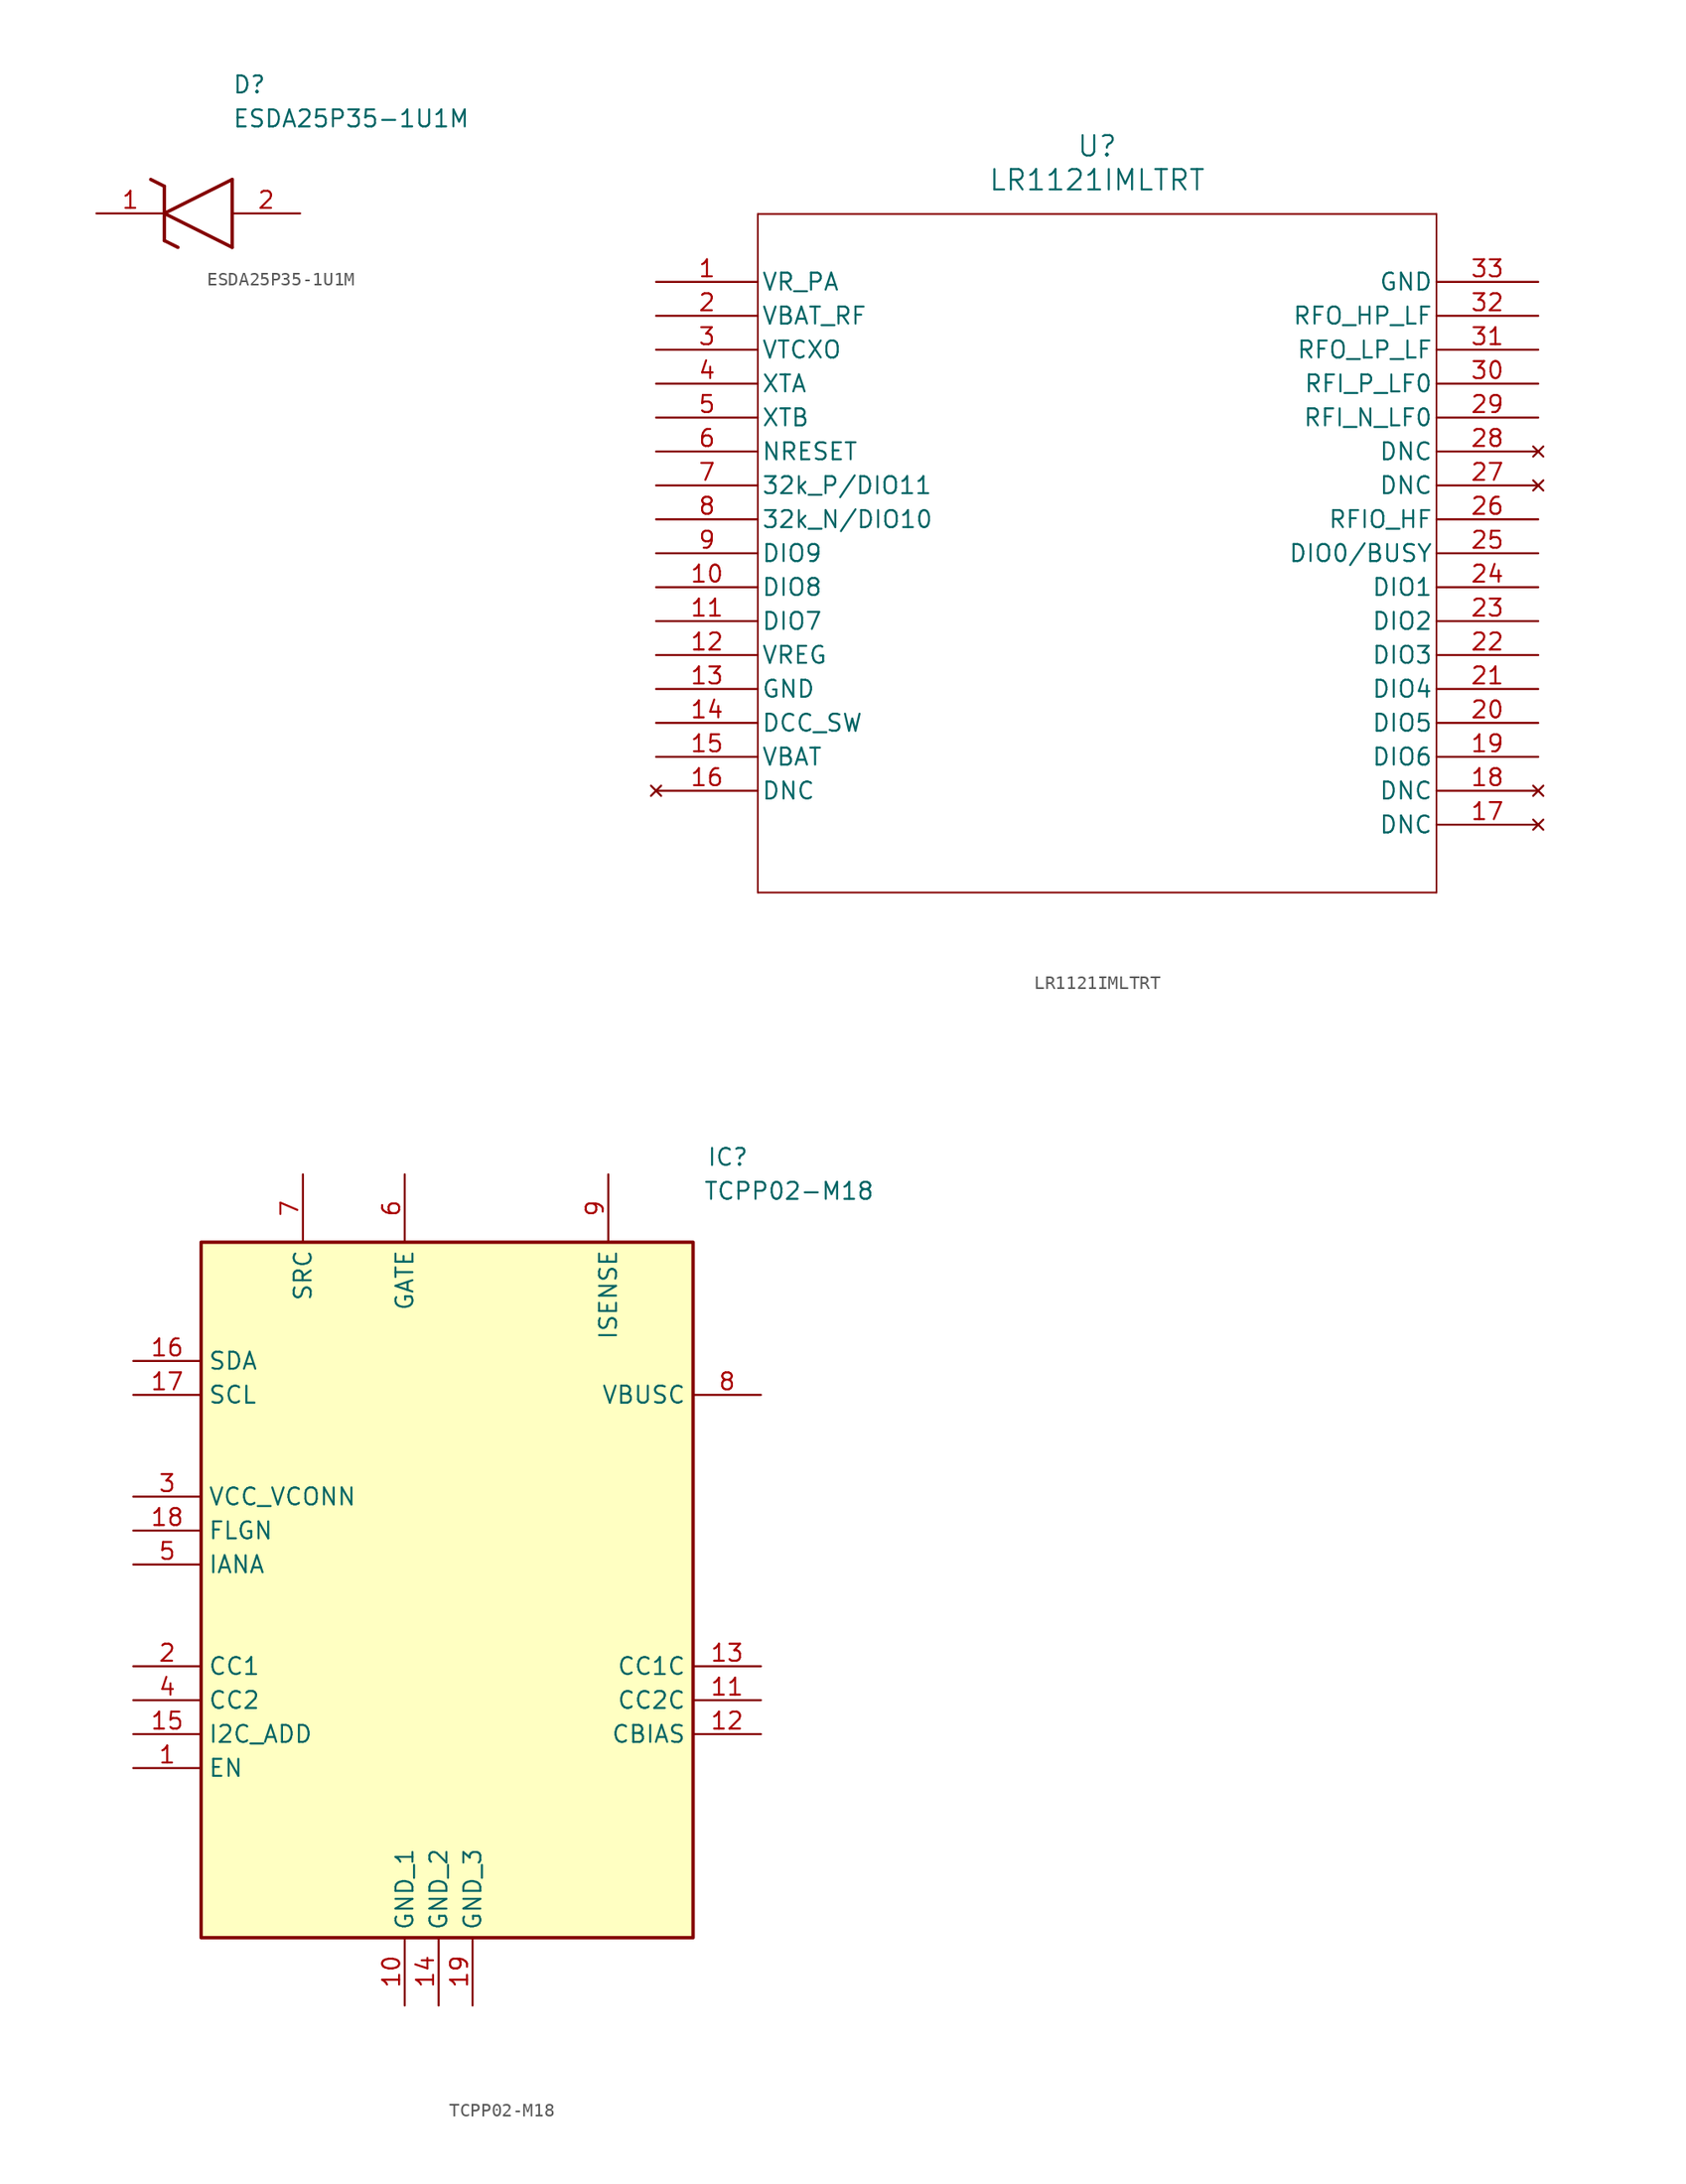
<source format=kicad_sym>
(kicad_symbol_lib
  (version 20241209)
  (generator "kicad_symbol_editor")
  (generator_version "9.0")
  (symbol "ESDA25P35-1U1M"
    (pin_names
      (hide yes))
    (property "Reference" "D"
      (at 10.16 8.89 0)
      (effects (font (size 1.27 1.27)) (justify left bottom)))
    (property "Value" "ESDA25P35-1U1M"
      (at 10.16 6.35 0)
      (effects (font (size 1.27 1.27)) (justify left bottom)))
    (symbol "ESDA25P35-1U1M_1_1"
      (polyline (pts (xy 4.064 2.54) (xy 5.08 2.032)) (stroke (width 0.254) (type default)) (fill (type none)))
      (polyline (pts (xy 5.08 0) (xy 10.16 2.54)) (stroke (width 0.254) (type default)) (fill (type none)))
      (polyline (pts (xy 5.08 -2.032) (xy 5.08 2.032)) (stroke (width 0.254) (type default)) (fill (type none)))
      (polyline (pts (xy 5.08 -2.032) (xy 6.096 -2.54)) (stroke (width 0.254) (type default)) (fill (type none)))
      (polyline (pts (xy 10.16 -2.54) (xy 5.08 0)) (stroke (width 0.254) (type default)) (fill (type none)))
      (polyline (pts (xy 10.16 -2.54) (xy 10.16 2.54)) (stroke (width 0.254) (type default)) (fill (type none)))
      (pin passive line (at 0 0 0) (length 5.08) (name "K" (effects (font (size 1.27 1.27)))) (number "1" (effects (font (size 1.27 1.27)))))
      (pin passive line (at 15.24 0 180) (length 5.08) (name "A" (effects (font (size 1.27 1.27)))) (number "2" (effects (font (size 1.27 1.27)))))))
  (symbol "LR1121IMLTRT"
    (pin_names
      (offset 0.254))
    (property "Reference" "U"
      (at 33.02 10.16 0)
      (effects (font (size 1.524 1.524))))
    (property "Value" "LR1121IMLTRT"
      (at 33.02 7.62 0)
      (effects (font (size 1.524 1.524))))
    (property "ki_locked" ""
      (at 0 0 0)
      (effects (font (size 1.27 1.27))))
    (symbol "LR1121IMLTRT_0_1"
      (polyline (pts (xy 7.62 5.08) (xy 7.62 -45.72)) (stroke (width 0.127) (type default)) (fill (type none)))
      (polyline (pts (xy 7.62 -45.72) (xy 58.42 -45.72)) (stroke (width 0.127) (type default)) (fill (type none)))
      (polyline (pts (xy 58.42 5.08) (xy 7.62 5.08)) (stroke (width 0.127) (type default)) (fill (type none)))
      (polyline (pts (xy 58.42 -45.72) (xy 58.42 5.08)) (stroke (width 0.127) (type default)) (fill (type none)))
      (pin power_in line (at 0 0 0) (length 7.62) (name "VR_PA" (effects (font (size 1.27 1.27)))) (number "1" (effects (font (size 1.27 1.27)))))
      (pin power_in line (at 0 -2.54 0) (length 7.62) (name "VBAT_RF" (effects (font (size 1.27 1.27)))) (number "2" (effects (font (size 1.27 1.27)))))
      (pin output line (at 0 -5.08 0) (length 7.62) (name "VTCXO" (effects (font (size 1.27 1.27)))) (number "3" (effects (font (size 1.27 1.27)))))
      (pin input line (at 0 -7.62 0) (length 7.62) (name "XTA" (effects (font (size 1.27 1.27)))) (number "4" (effects (font (size 1.27 1.27)))))
      (pin output line (at 0 -10.16 0) (length 7.62) (name "XTB" (effects (font (size 1.27 1.27)))) (number "5" (effects (font (size 1.27 1.27)))))
      (pin input line (at 0 -12.7 0) (length 7.62) (name "NRESET" (effects (font (size 1.27 1.27)))) (number "6" (effects (font (size 1.27 1.27)))))
      (pin bidirectional line (at 0 -15.24 0) (length 7.62) (name "32k_P/DIO11" (effects (font (size 1.27 1.27)))) (number "7" (effects (font (size 1.27 1.27)))))
      (pin bidirectional line (at 0 -17.78 0) (length 7.62) (name "32k_N/DIO10" (effects (font (size 1.27 1.27)))) (number "8" (effects (font (size 1.27 1.27)))))
      (pin bidirectional line (at 0 -20.32 0) (length 7.62) (name "DIO9" (effects (font (size 1.27 1.27)))) (number "9" (effects (font (size 1.27 1.27)))))
      (pin bidirectional line (at 0 -22.86 0) (length 7.62) (name "DIO8" (effects (font (size 1.27 1.27)))) (number "10" (effects (font (size 1.27 1.27)))))
      (pin bidirectional line (at 0 -25.4 0) (length 7.62) (name "DIO7" (effects (font (size 1.27 1.27)))) (number "11" (effects (font (size 1.27 1.27)))))
      (pin power_in line (at 0 -27.94 0) (length 7.62) (name "VREG" (effects (font (size 1.27 1.27)))) (number "12" (effects (font (size 1.27 1.27)))))
      (pin power_out line (at 0 -30.48 0) (length 7.62) (name "GND" (effects (font (size 1.27 1.27)))) (number "13" (effects (font (size 1.27 1.27)))))
      (pin power_in line (at 0 -33.02 0) (length 7.62) (name "DCC_SW" (effects (font (size 1.27 1.27)))) (number "14" (effects (font (size 1.27 1.27)))))
      (pin power_in line (at 0 -35.56 0) (length 7.62) (name "VBAT" (effects (font (size 1.27 1.27)))) (number "15" (effects (font (size 1.27 1.27)))))
      (pin no_connect line (at 0 -38.1 0) (length 7.62) (name "DNC" (effects (font (size 1.27 1.27)))) (number "16" (effects (font (size 1.27 1.27)))))
      (pin power_out line (at 66.04 0 180) (length 7.62) (name "GND" (effects (font (size 1.27 1.27)))) (number "33" (effects (font (size 1.27 1.27)))))
      (pin output line (at 66.04 -2.54 180) (length 7.62) (name "RFO_HP_LF" (effects (font (size 1.27 1.27)))) (number "32" (effects (font (size 1.27 1.27)))))
      (pin output line (at 66.04 -5.08 180) (length 7.62) (name "RFO_LP_LF" (effects (font (size 1.27 1.27)))) (number "31" (effects (font (size 1.27 1.27)))))
      (pin input line (at 66.04 -7.62 180) (length 7.62) (name "RFI_P_LF0" (effects (font (size 1.27 1.27)))) (number "30" (effects (font (size 1.27 1.27)))))
      (pin input line (at 66.04 -10.16 180) (length 7.62) (name "RFI_N_LF0" (effects (font (size 1.27 1.27)))) (number "29" (effects (font (size 1.27 1.27)))))
      (pin no_connect line (at 66.04 -12.7 180) (length 7.62) (name "DNC" (effects (font (size 1.27 1.27)))) (number "28" (effects (font (size 1.27 1.27)))))
      (pin no_connect line (at 66.04 -15.24 180) (length 7.62) (name "DNC" (effects (font (size 1.27 1.27)))) (number "27" (effects (font (size 1.27 1.27)))))
      (pin bidirectional line (at 66.04 -17.78 180) (length 7.62) (name "RFIO_HF" (effects (font (size 1.27 1.27)))) (number "26" (effects (font (size 1.27 1.27)))))
      (pin bidirectional line (at 66.04 -20.32 180) (length 7.62) (name "DIO0/BUSY" (effects (font (size 1.27 1.27)))) (number "25" (effects (font (size 1.27 1.27)))))
      (pin bidirectional line (at 66.04 -22.86 180) (length 7.62) (name "DIO1" (effects (font (size 1.27 1.27)))) (number "24" (effects (font (size 1.27 1.27)))))
      (pin bidirectional line (at 66.04 -25.4 180) (length 7.62) (name "DIO2" (effects (font (size 1.27 1.27)))) (number "23" (effects (font (size 1.27 1.27)))))
      (pin bidirectional line (at 66.04 -27.94 180) (length 7.62) (name "DIO3" (effects (font (size 1.27 1.27)))) (number "22" (effects (font (size 1.27 1.27)))))
      (pin bidirectional line (at 66.04 -30.48 180) (length 7.62) (name "DIO4" (effects (font (size 1.27 1.27)))) (number "21" (effects (font (size 1.27 1.27)))))
      (pin bidirectional line (at 66.04 -33.02 180) (length 7.62) (name "DIO5" (effects (font (size 1.27 1.27)))) (number "20" (effects (font (size 1.27 1.27)))))
      (pin bidirectional line (at 66.04 -35.56 180) (length 7.62) (name "DIO6" (effects (font (size 1.27 1.27)))) (number "19" (effects (font (size 1.27 1.27)))))
      (pin no_connect line (at 66.04 -38.1 180) (length 7.62) (name "DNC" (effects (font (size 1.27 1.27)))) (number "18" (effects (font (size 1.27 1.27)))))
      (pin no_connect line (at 66.04 -40.64 180) (length 7.62) (name "DNC" (effects (font (size 1.27 1.27)))) (number "17" (effects (font (size 1.27 1.27)))))))
  (symbol "TCPP02-M18"
    (property "Reference" "IC"
      (at 39.116 27.432 0)
      (effects (font (size 1.27 1.27)) (justify left top)))
    (property "Value" "TCPP02-M18"
      (at 38.862 24.892 0)
      (effects (font (size 1.27 1.27)) (justify left top)))
    (symbol "TCPP02-M18_1_1"
      (rectangle (start 1.27 20.32) (end 38.1 -31.75) (stroke (width 0.254) (type default)) (fill (type background)))
      (pin passive line (at -3.81 11.43 0) (length 5.08) (name "SDA" (effects (font (size 1.27 1.27)))) (number "16" (effects (font (size 1.27 1.27)))))
      (pin passive line (at -3.81 8.89 0) (length 5.08) (name "SCL" (effects (font (size 1.27 1.27)))) (number "17" (effects (font (size 1.27 1.27)))))
      (pin passive line (at -3.81 1.27 0) (length 5.08) (name "VCC_VCONN" (effects (font (size 1.27 1.27)))) (number "3" (effects (font (size 1.27 1.27)))))
      (pin passive line (at -3.81 -1.27 0) (length 5.08) (name "FLGN" (effects (font (size 1.27 1.27)))) (number "18" (effects (font (size 1.27 1.27)))))
      (pin passive line (at -3.81 -3.81 0) (length 5.08) (name "IANA" (effects (font (size 1.27 1.27)))) (number "5" (effects (font (size 1.27 1.27)))))
      (pin passive line (at -3.81 -11.43 0) (length 5.08) (name "CC1" (effects (font (size 1.27 1.27)))) (number "2" (effects (font (size 1.27 1.27)))))
      (pin passive line (at -3.81 -13.97 0) (length 5.08) (name "CC2" (effects (font (size 1.27 1.27)))) (number "4" (effects (font (size 1.27 1.27)))))
      (pin passive line (at -3.81 -16.51 0) (length 5.08) (name "I2C_ADD" (effects (font (size 1.27 1.27)))) (number "15" (effects (font (size 1.27 1.27)))))
      (pin passive line (at -3.81 -19.05 0) (length 5.08) (name "EN" (effects (font (size 1.27 1.27)))) (number "1" (effects (font (size 1.27 1.27)))))
      (pin passive line (at 8.89 25.4 270) (length 5.08) (name "SRC" (effects (font (size 1.27 1.27)))) (number "7" (effects (font (size 1.27 1.27)))))
      (pin passive line (at 16.51 25.4 270) (length 5.08) (name "GATE" (effects (font (size 1.27 1.27)))) (number "6" (effects (font (size 1.27 1.27)))))
      (pin passive line (at 16.51 -36.83 90) (length 5.08) (name "GND_1" (effects (font (size 1.27 1.27)))) (number "10" (effects (font (size 1.27 1.27)))))
      (pin passive line (at 19.05 -36.83 90) (length 5.08) (name "GND_2" (effects (font (size 1.27 1.27)))) (number "14" (effects (font (size 1.27 1.27)))))
      (pin passive line (at 21.59 -36.83 90) (length 5.08) (name "GND_3" (effects (font (size 1.27 1.27)))) (number "19" (effects (font (size 1.27 1.27)))))
      (pin passive line (at 31.75 25.4 270) (length 5.08) (name "ISENSE" (effects (font (size 1.27 1.27)))) (number "9" (effects (font (size 1.27 1.27)))))
      (pin passive line (at 43.18 8.89 180) (length 5.08) (name "VBUSC" (effects (font (size 1.27 1.27)))) (number "8" (effects (font (size 1.27 1.27)))))
      (pin passive line (at 43.18 -11.43 180) (length 5.08) (name "CC1C" (effects (font (size 1.27 1.27)))) (number "13" (effects (font (size 1.27 1.27)))))
      (pin passive line (at 43.18 -13.97 180) (length 5.08) (name "CC2C" (effects (font (size 1.27 1.27)))) (number "11" (effects (font (size 1.27 1.27)))))
      (pin passive line (at 43.18 -16.51 180) (length 5.08) (name "CBIAS" (effects (font (size 1.27 1.27)))) (number "12" (effects (font (size 1.27 1.27))))))))
</source>
